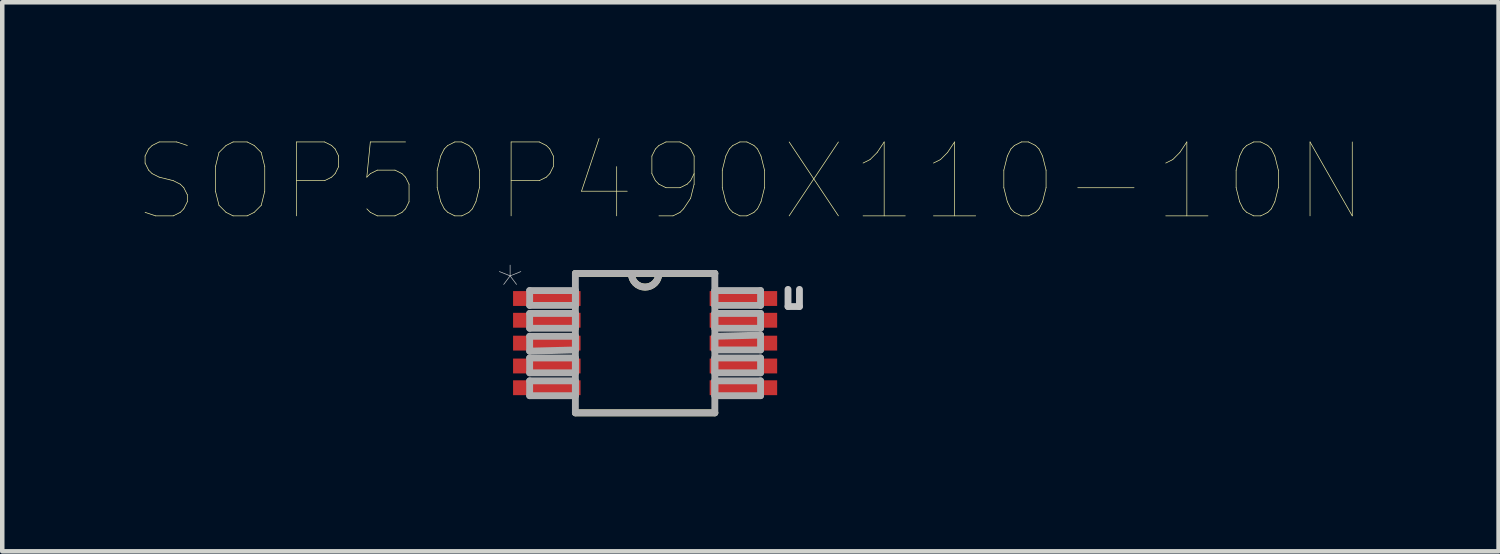
<source format=kicad_pcb>
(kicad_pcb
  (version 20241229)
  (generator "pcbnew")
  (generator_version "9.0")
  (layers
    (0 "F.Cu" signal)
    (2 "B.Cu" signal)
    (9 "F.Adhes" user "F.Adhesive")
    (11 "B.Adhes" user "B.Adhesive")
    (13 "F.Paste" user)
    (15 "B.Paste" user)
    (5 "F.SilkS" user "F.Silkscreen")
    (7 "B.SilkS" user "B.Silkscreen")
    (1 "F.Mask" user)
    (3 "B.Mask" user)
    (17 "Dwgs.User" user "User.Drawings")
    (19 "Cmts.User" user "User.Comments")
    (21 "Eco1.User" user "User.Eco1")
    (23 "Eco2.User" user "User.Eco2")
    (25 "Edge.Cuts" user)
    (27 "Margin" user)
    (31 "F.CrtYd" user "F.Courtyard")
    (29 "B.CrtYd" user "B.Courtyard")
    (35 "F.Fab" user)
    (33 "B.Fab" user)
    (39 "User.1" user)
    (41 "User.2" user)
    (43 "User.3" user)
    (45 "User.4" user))
  (footprint "SOP50P490X110-10N"
    (layer "F.Cu")
    (at 11.282 4.573)
    (property "Reference" "SOP50P490X110-10N" (at 2.34 -3.586 0) (layer "F.SilkS") (effects (font (size 1.642 1.642) (thickness 0.015))))
    (attr through_hole)
    (fp_line (start -1.549 1.549) (end 1.549 1.549) (stroke (width 0.152) (type solid)) (layer "F.SilkS"))
    (fp_line (start -0.305 -1.549) (end -1.549 -1.549) (stroke (width 0.152) (type solid)) (layer "F.SilkS"))
    (fp_line (start 0.305 -1.549) (end -0.305 -1.549) (stroke (width 0.152) (type solid)) (layer "F.SilkS"))
    (fp_line (start 1.549 -1.549) (end 0.305 -1.549) (stroke (width 0.152) (type solid)) (layer "F.SilkS"))
    (fp_arc (start 0.3048 -1.5494) (mid 0 -1.2446) (end -0.3048 -1.5494) (stroke (width 0.1524) (type solid)) (layer "F.SilkS"))
    (fp_line (start 3.175 -0.813) (end 3.175 -1.194) (stroke (width 0.152) (type solid)) (layer "Dwgs.User"))
    (fp_line (start 3.429 -1.194) (end 3.429 -0.813) (stroke (width 0.152) (type solid)) (layer "Dwgs.User"))
    (fp_line (start 3.429 -0.813) (end 3.175 -0.813) (stroke (width 0.152) (type solid)) (layer "Dwgs.User"))
    (fp_line (start -2.565 -1.168) (end -2.565 -0.838) (stroke (width 0.152) (type solid)) (layer "F.Fab"))
    (fp_line (start -2.565 -0.838) (end -1.549 -0.838) (stroke (width 0.152) (type solid)) (layer "F.Fab"))
    (fp_line (start -2.565 -0.66) (end -2.565 -0.33) (stroke (width 0.152) (type solid)) (layer "F.Fab"))
    (fp_line (start -2.565 -0.33) (end -1.549 -0.33) (stroke (width 0.152) (type solid)) (layer "F.Fab"))
    (fp_line (start -2.565 -0.152) (end -2.565 0.178) (stroke (width 0.152) (type solid)) (layer "F.Fab"))
    (fp_line (start -2.565 0.178) (end -1.549 0.152) (stroke (width 0.152) (type solid)) (layer "F.Fab"))
    (fp_line (start -2.565 0.33) (end -2.565 0.66) (stroke (width 0.152) (type solid)) (layer "F.Fab"))
    (fp_line (start -2.565 0.66) (end -1.549 0.66) (stroke (width 0.152) (type solid)) (layer "F.Fab"))
    (fp_line (start -2.565 0.838) (end -2.565 1.168) (stroke (width 0.152) (type solid)) (layer "F.Fab"))
    (fp_line (start -2.565 1.168) (end -1.549 1.168) (stroke (width 0.152) (type solid)) (layer "F.Fab"))
    (fp_line (start -1.549 -1.549) (end -1.549 1.549) (stroke (width 0.152) (type solid)) (layer "F.Fab"))
    (fp_line (start -1.549 -1.168) (end -2.565 -1.168) (stroke (width 0.152) (type solid)) (layer "F.Fab"))
    (fp_line (start -1.549 -0.838) (end -1.549 -1.168) (stroke (width 0.152) (type solid)) (layer "F.Fab"))
    (fp_line (start -1.549 -0.66) (end -2.565 -0.66) (stroke (width 0.152) (type solid)) (layer "F.Fab"))
    (fp_line (start -1.549 -0.33) (end -1.549 -0.66) (stroke (width 0.152) (type solid)) (layer "F.Fab"))
    (fp_line (start -1.549 -0.152) (end -2.565 -0.152) (stroke (width 0.152) (type solid)) (layer "F.Fab"))
    (fp_line (start -1.549 0.152) (end -1.549 -0.152) (stroke (width 0.152) (type solid)) (layer "F.Fab"))
    (fp_line (start -1.549 0.33) (end -2.565 0.33) (stroke (width 0.152) (type solid)) (layer "F.Fab"))
    (fp_line (start -1.549 0.66) (end -1.549 0.33) (stroke (width 0.152) (type solid)) (layer "F.Fab"))
    (fp_line (start -1.549 0.838) (end -2.565 0.838) (stroke (width 0.152) (type solid)) (layer "F.Fab"))
    (fp_line (start -1.549 1.168) (end -1.549 0.838) (stroke (width 0.152) (type solid)) (layer "F.Fab"))
    (fp_line (start -1.549 1.549) (end 1.549 1.549) (stroke (width 0.152) (type solid)) (layer "F.Fab"))
    (fp_line (start -0.305 -1.549) (end -1.549 -1.549) (stroke (width 0.152) (type solid)) (layer "F.Fab"))
    (fp_line (start 0.305 -1.549) (end -0.305 -1.549) (stroke (width 0.152) (type solid)) (layer "F.Fab"))
    (fp_line (start 1.549 -1.549) (end 0.305 -1.549) (stroke (width 0.152) (type solid)) (layer "F.Fab"))
    (fp_line (start 1.549 -1.168) (end 1.549 -0.838) (stroke (width 0.152) (type solid)) (layer "F.Fab"))
    (fp_line (start 1.549 -0.838) (end 2.565 -0.838) (stroke (width 0.152) (type solid)) (layer "F.Fab"))
    (fp_line (start 1.549 -0.66) (end 1.549 -0.33) (stroke (width 0.152) (type solid)) (layer "F.Fab"))
    (fp_line (start 1.549 -0.33) (end 2.565 -0.33) (stroke (width 0.152) (type solid)) (layer "F.Fab"))
    (fp_line (start 1.549 -0.152) (end 1.549 0.152) (stroke (width 0.152) (type solid)) (layer "F.Fab"))
    (fp_line (start 1.549 0.152) (end 2.565 0.152) (stroke (width 0.152) (type solid)) (layer "F.Fab"))
    (fp_line (start 1.549 0.33) (end 1.549 0.66) (stroke (width 0.152) (type solid)) (layer "F.Fab"))
    (fp_line (start 1.549 0.66) (end 2.565 0.66) (stroke (width 0.152) (type solid)) (layer "F.Fab"))
    (fp_line (start 1.549 0.838) (end 1.549 1.168) (stroke (width 0.152) (type solid)) (layer "F.Fab"))
    (fp_line (start 1.549 1.168) (end 2.565 1.168) (stroke (width 0.152) (type solid)) (layer "F.Fab"))
    (fp_line (start 1.549 1.549) (end 1.549 -1.549) (stroke (width 0.152) (type solid)) (layer "F.Fab"))
    (fp_line (start 2.565 -1.168) (end 1.549 -1.168) (stroke (width 0.152) (type solid)) (layer "F.Fab"))
    (fp_line (start 2.565 -0.838) (end 2.565 -1.168) (stroke (width 0.152) (type solid)) (layer "F.Fab"))
    (fp_line (start 2.565 -0.66) (end 1.549 -0.66) (stroke (width 0.152) (type solid)) (layer "F.Fab"))
    (fp_line (start 2.565 -0.33) (end 2.565 -0.66) (stroke (width 0.152) (type solid)) (layer "F.Fab"))
    (fp_line (start 2.565 -0.178) (end 1.549 -0.152) (stroke (width 0.152) (type solid)) (layer "F.Fab"))
    (fp_line (start 2.565 0.152) (end 2.565 -0.178) (stroke (width 0.152) (type solid)) (layer "F.Fab"))
    (fp_line (start 2.565 0.33) (end 1.549 0.33) (stroke (width 0.152) (type solid)) (layer "F.Fab"))
    (fp_line (start 2.565 0.66) (end 2.565 0.33) (stroke (width 0.152) (type solid)) (layer "F.Fab"))
    (fp_line (start 2.565 0.838) (end 1.549 0.838) (stroke (width 0.152) (type solid)) (layer "F.Fab"))
    (fp_line (start 2.565 1.168) (end 2.565 0.838) (stroke (width 0.152) (type solid)) (layer "F.Fab"))
    (fp_arc (start 0.3048 -1.5494) (mid 0 -1.2446) (end -0.3048 -1.5494) (stroke (width 0.1524) (type solid)) (layer "F.Fab"))
    (fp_text user "*" (at -2.999 -1.194 0) (layer "Dwgs.User") (effects (font (size 1.001 1.001) (thickness 0.015))))
    (pad "1" smd rect (at -2.184 -0.991) (size 1.499 0.33) (layers "F.Cu" "F.Mask" "F.Paste"))
    (pad "2" smd rect (at -2.184 -0.508) (size 1.499 0.33) (layers "F.Cu" "F.Mask" "F.Paste"))
    (pad "3" smd rect (at -2.184 0) (size 1.499 0.33) (layers "F.Cu" "F.Mask" "F.Paste"))
    (pad "4" smd rect (at -2.184 0.508) (size 1.499 0.33) (layers "F.Cu" "F.Mask" "F.Paste"))
    (pad "5" smd rect (at -2.184 0.991) (size 1.499 0.33) (layers "F.Cu" "F.Mask" "F.Paste"))
    (pad "6" smd rect (at 2.184 0.991) (size 1.499 0.33) (layers "F.Cu" "F.Mask" "F.Paste"))
    (pad "7" smd rect (at 2.184 0.508) (size 1.499 0.33) (layers "F.Cu" "F.Mask" "F.Paste"))
    (pad "8" smd rect (at 2.184 0) (size 1.499 0.33) (layers "F.Cu" "F.Mask" "F.Paste"))
    (pad "9" smd rect (at 2.184 -0.508) (size 1.499 0.33) (layers "F.Cu" "F.Mask" "F.Paste"))
    (pad "10" smd rect (at 2.184 -0.991) (size 1.499 0.33) (layers "F.Cu" "F.Mask" "F.Paste")))
  (gr_rect
    (start -3 -3)
    (end 30.243 9.199)
    (stroke (width 0.1) (type default))
    (fill no)
    (layer "Edge.Cuts")))
</source>
